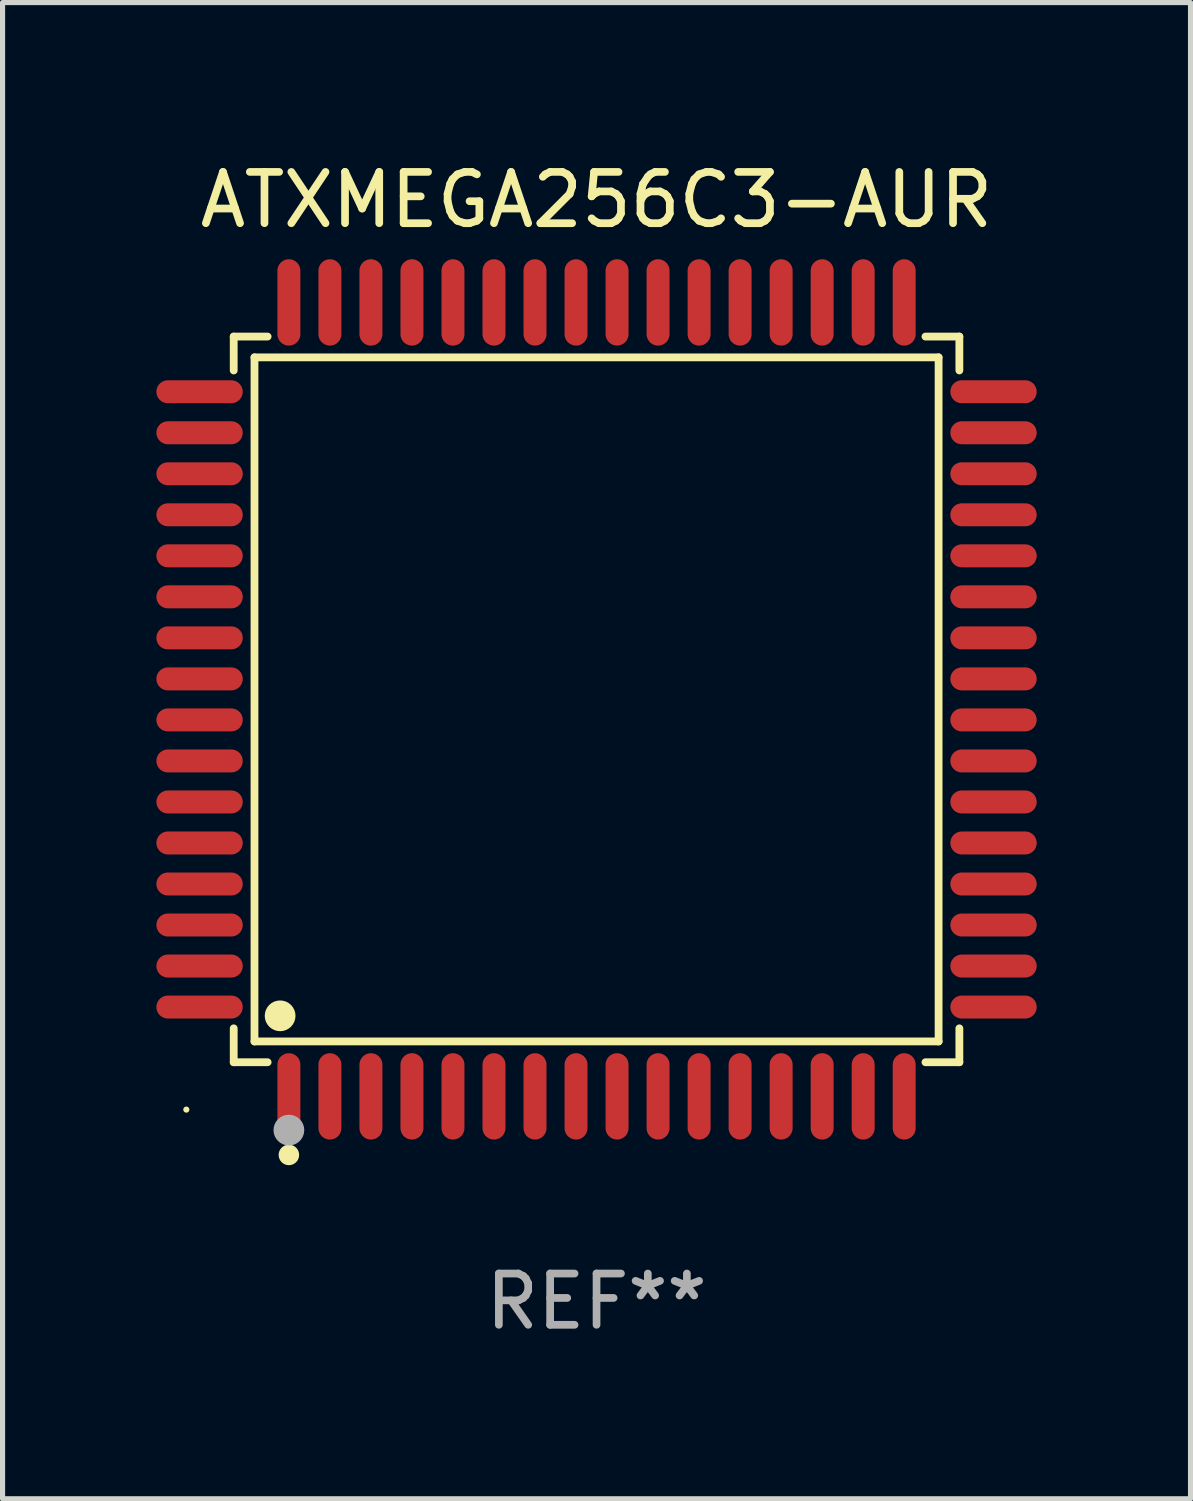
<source format=kicad_pcb>
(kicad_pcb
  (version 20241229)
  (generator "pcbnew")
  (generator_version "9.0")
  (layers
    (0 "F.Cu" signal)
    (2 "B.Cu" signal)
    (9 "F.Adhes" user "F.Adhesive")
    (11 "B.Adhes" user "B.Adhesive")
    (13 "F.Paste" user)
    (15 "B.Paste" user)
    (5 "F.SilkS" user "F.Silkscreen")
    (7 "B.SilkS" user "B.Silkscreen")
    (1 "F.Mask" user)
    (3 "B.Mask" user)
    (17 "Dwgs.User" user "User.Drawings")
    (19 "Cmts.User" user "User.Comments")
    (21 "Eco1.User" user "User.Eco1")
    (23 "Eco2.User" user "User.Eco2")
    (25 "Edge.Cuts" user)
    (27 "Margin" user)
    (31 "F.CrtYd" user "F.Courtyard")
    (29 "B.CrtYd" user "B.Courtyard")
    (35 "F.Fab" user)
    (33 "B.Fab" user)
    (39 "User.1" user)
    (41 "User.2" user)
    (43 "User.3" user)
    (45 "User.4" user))
  (footprint "ATXMEGA256C3-AUR"
    (layer "F.Cu")
    (at 8.584 10.59)
    (property "Reference" "ATXMEGA256C3-AUR" (at 0 -9.742 0) (layer "F.SilkS") (effects (font (size 1 1) (thickness 0.15))))
    (attr through_hole)
    (fp_line (start -7.076 -7.076) (end -6.415 -7.076) (stroke (width 0.152) (type solid)) (layer "F.SilkS"))
    (fp_line (start -7.076 -6.415) (end -7.076 -7.076) (stroke (width 0.152) (type solid)) (layer "F.SilkS"))
    (fp_line (start -7.076 6.415) (end -7.076 7.076) (stroke (width 0.152) (type solid)) (layer "F.SilkS"))
    (fp_line (start -7.076 7.076) (end -6.415 7.076) (stroke (width 0.152) (type solid)) (layer "F.SilkS"))
    (fp_line (start -6.671 -6.671) (end 6.671 -6.671) (stroke (width 0.152) (type solid)) (layer "F.SilkS"))
    (fp_line (start -6.671 6.671) (end -6.671 -6.671) (stroke (width 0.152) (type solid)) (layer "F.SilkS"))
    (fp_line (start 6.671 -6.671) (end 6.671 6.671) (stroke (width 0.152) (type solid)) (layer "F.SilkS"))
    (fp_line (start 6.671 6.671) (end -6.671 6.671) (stroke (width 0.152) (type solid)) (layer "F.SilkS"))
    (fp_line (start 7.076 -7.076) (end 6.415 -7.076) (stroke (width 0.152) (type solid)) (layer "F.SilkS"))
    (fp_line (start 7.076 -6.415) (end 7.076 -7.076) (stroke (width 0.152) (type solid)) (layer "F.SilkS"))
    (fp_line (start 7.076 6.415) (end 7.076 7.076) (stroke (width 0.152) (type solid)) (layer "F.SilkS"))
    (fp_line (start 7.076 7.076) (end 6.415 7.076) (stroke (width 0.152) (type solid)) (layer "F.SilkS"))
    (fp_circle (center -8 8) (end -7.97 8) (stroke (width 0.06) (type solid)) (fill no) (layer "F.SilkS"))
    (fp_circle (center -6.171 6.171) (end -6.021 6.171) (stroke (width 0.3) (type solid)) (fill no) (layer "F.SilkS"))
    (fp_circle (center -6 8.884) (end -5.9 8.884) (stroke (width 0.2) (type solid)) (fill no) (layer "F.SilkS"))
    (fp_circle (center -6 8.4) (end -5.85 8.4) (stroke (width 0.3) (type solid)) (fill no) (layer "F.Fab"))
    (fp_text user "REF**" (at 0 11.742 0) (layer "F.Fab") (effects (font (size 1 1) (thickness 0.15))))
    (pad "1" smd oval (at -6 7.742) (size 0.448 1.684) (layers "F.Cu" "F.Mask" "F.Paste"))
    (pad "2" smd oval (at -5.2 7.742) (size 0.448 1.684) (layers "F.Cu" "F.Mask" "F.Paste"))
    (pad "3" smd oval (at -4.4 7.742) (size 0.448 1.684) (layers "F.Cu" "F.Mask" "F.Paste"))
    (pad "4" smd oval (at -3.6 7.742) (size 0.448 1.684) (layers "F.Cu" "F.Mask" "F.Paste"))
    (pad "5" smd oval (at -2.8 7.742) (size 0.448 1.684) (layers "F.Cu" "F.Mask" "F.Paste"))
    (pad "6" smd oval (at -2 7.742) (size 0.448 1.684) (layers "F.Cu" "F.Mask" "F.Paste"))
    (pad "7" smd oval (at -1.2 7.742) (size 0.448 1.684) (layers "F.Cu" "F.Mask" "F.Paste"))
    (pad "8" smd oval (at -0.4 7.742) (size 0.448 1.684) (layers "F.Cu" "F.Mask" "F.Paste"))
    (pad "9" smd oval (at 0.4 7.742) (size 0.448 1.684) (layers "F.Cu" "F.Mask" "F.Paste"))
    (pad "10" smd oval (at 1.2 7.742) (size 0.448 1.684) (layers "F.Cu" "F.Mask" "F.Paste"))
    (pad "11" smd oval (at 2 7.742) (size 0.448 1.684) (layers "F.Cu" "F.Mask" "F.Paste"))
    (pad "12" smd oval (at 2.8 7.742) (size 0.448 1.684) (layers "F.Cu" "F.Mask" "F.Paste"))
    (pad "13" smd oval (at 3.6 7.742) (size 0.448 1.684) (layers "F.Cu" "F.Mask" "F.Paste"))
    (pad "14" smd oval (at 4.4 7.742) (size 0.448 1.684) (layers "F.Cu" "F.Mask" "F.Paste"))
    (pad "15" smd oval (at 5.2 7.742) (size 0.448 1.684) (layers "F.Cu" "F.Mask" "F.Paste"))
    (pad "16" smd oval (at 6 7.742) (size 0.448 1.684) (layers "F.Cu" "F.Mask" "F.Paste"))
    (pad "17" smd oval (at 7.742 6) (size 1.684 0.448) (layers "F.Cu" "F.Mask" "F.Paste"))
    (pad "18" smd oval (at 7.742 5.2) (size 1.684 0.448) (layers "F.Cu" "F.Mask" "F.Paste"))
    (pad "19" smd oval (at 7.742 4.4) (size 1.684 0.448) (layers "F.Cu" "F.Mask" "F.Paste"))
    (pad "20" smd oval (at 7.742 3.6) (size 1.684 0.448) (layers "F.Cu" "F.Mask" "F.Paste"))
    (pad "21" smd oval (at 7.742 2.8) (size 1.684 0.448) (layers "F.Cu" "F.Mask" "F.Paste"))
    (pad "22" smd oval (at 7.742 2) (size 1.684 0.448) (layers "F.Cu" "F.Mask" "F.Paste"))
    (pad "23" smd oval (at 7.742 1.2) (size 1.684 0.448) (layers "F.Cu" "F.Mask" "F.Paste"))
    (pad "24" smd oval (at 7.742 0.4) (size 1.684 0.448) (layers "F.Cu" "F.Mask" "F.Paste"))
    (pad "25" smd oval (at 7.742 -0.4) (size 1.684 0.448) (layers "F.Cu" "F.Mask" "F.Paste"))
    (pad "26" smd oval (at 7.742 -1.2) (size 1.684 0.448) (layers "F.Cu" "F.Mask" "F.Paste"))
    (pad "27" smd oval (at 7.742 -2) (size 1.684 0.448) (layers "F.Cu" "F.Mask" "F.Paste"))
    (pad "28" smd oval (at 7.742 -2.8) (size 1.684 0.448) (layers "F.Cu" "F.Mask" "F.Paste"))
    (pad "29" smd oval (at 7.742 -3.6) (size 1.684 0.448) (layers "F.Cu" "F.Mask" "F.Paste"))
    (pad "30" smd oval (at 7.742 -4.4) (size 1.684 0.448) (layers "F.Cu" "F.Mask" "F.Paste"))
    (pad "31" smd oval (at 7.742 -5.2) (size 1.684 0.448) (layers "F.Cu" "F.Mask" "F.Paste"))
    (pad "32" smd oval (at 7.742 -6) (size 1.684 0.448) (layers "F.Cu" "F.Mask" "F.Paste"))
    (pad "33" smd oval (at 6 -7.742) (size 0.448 1.684) (layers "F.Cu" "F.Mask" "F.Paste"))
    (pad "34" smd oval (at 5.2 -7.742) (size 0.448 1.684) (layers "F.Cu" "F.Mask" "F.Paste"))
    (pad "35" smd oval (at 4.4 -7.742) (size 0.448 1.684) (layers "F.Cu" "F.Mask" "F.Paste"))
    (pad "36" smd oval (at 3.6 -7.742) (size 0.448 1.684) (layers "F.Cu" "F.Mask" "F.Paste"))
    (pad "37" smd oval (at 2.8 -7.742) (size 0.448 1.684) (layers "F.Cu" "F.Mask" "F.Paste"))
    (pad "38" smd oval (at 2 -7.742) (size 0.448 1.684) (layers "F.Cu" "F.Mask" "F.Paste"))
    (pad "39" smd oval (at 1.2 -7.742) (size 0.448 1.684) (layers "F.Cu" "F.Mask" "F.Paste"))
    (pad "40" smd oval (at 0.4 -7.742) (size 0.448 1.684) (layers "F.Cu" "F.Mask" "F.Paste"))
    (pad "41" smd oval (at -0.4 -7.742) (size 0.448 1.684) (layers "F.Cu" "F.Mask" "F.Paste"))
    (pad "42" smd oval (at -1.2 -7.742) (size 0.448 1.684) (layers "F.Cu" "F.Mask" "F.Paste"))
    (pad "43" smd oval (at -2 -7.742) (size 0.448 1.684) (layers "F.Cu" "F.Mask" "F.Paste"))
    (pad "44" smd oval (at -2.8 -7.742) (size 0.448 1.684) (layers "F.Cu" "F.Mask" "F.Paste"))
    (pad "45" smd oval (at -3.6 -7.742) (size 0.448 1.684) (layers "F.Cu" "F.Mask" "F.Paste"))
    (pad "46" smd oval (at -4.4 -7.742) (size 0.448 1.684) (layers "F.Cu" "F.Mask" "F.Paste"))
    (pad "47" smd oval (at -5.2 -7.742) (size 0.448 1.684) (layers "F.Cu" "F.Mask" "F.Paste"))
    (pad "48" smd oval (at -6 -7.742) (size 0.448 1.684) (layers "F.Cu" "F.Mask" "F.Paste"))
    (pad "49" smd oval (at -7.742 -6) (size 1.684 0.448) (layers "F.Cu" "F.Mask" "F.Paste"))
    (pad "50" smd oval (at -7.742 -5.2) (size 1.684 0.448) (layers "F.Cu" "F.Mask" "F.Paste"))
    (pad "51" smd oval (at -7.742 -4.4) (size 1.684 0.448) (layers "F.Cu" "F.Mask" "F.Paste"))
    (pad "52" smd oval (at -7.742 -3.6) (size 1.684 0.448) (layers "F.Cu" "F.Mask" "F.Paste"))
    (pad "53" smd oval (at -7.742 -2.8) (size 1.684 0.448) (layers "F.Cu" "F.Mask" "F.Paste"))
    (pad "54" smd oval (at -7.742 -2) (size 1.684 0.448) (layers "F.Cu" "F.Mask" "F.Paste"))
    (pad "55" smd oval (at -7.742 -1.2) (size 1.684 0.448) (layers "F.Cu" "F.Mask" "F.Paste"))
    (pad "56" smd oval (at -7.742 -0.4) (size 1.684 0.448) (layers "F.Cu" "F.Mask" "F.Paste"))
    (pad "57" smd oval (at -7.742 0.4) (size 1.684 0.448) (layers "F.Cu" "F.Mask" "F.Paste"))
    (pad "58" smd oval (at -7.742 1.2) (size 1.684 0.448) (layers "F.Cu" "F.Mask" "F.Paste"))
    (pad "59" smd oval (at -7.742 2) (size 1.684 0.448) (layers "F.Cu" "F.Mask" "F.Paste"))
    (pad "60" smd oval (at -7.742 2.8) (size 1.684 0.448) (layers "F.Cu" "F.Mask" "F.Paste"))
    (pad "61" smd oval (at -7.742 3.6) (size 1.684 0.448) (layers "F.Cu" "F.Mask" "F.Paste"))
    (pad "62" smd oval (at -7.742 4.4) (size 1.684 0.448) (layers "F.Cu" "F.Mask" "F.Paste"))
    (pad "63" smd oval (at -7.742 5.2) (size 1.684 0.448) (layers "F.Cu" "F.Mask" "F.Paste"))
    (pad "64" smd oval (at -7.742 6) (size 1.684 0.448) (layers "F.Cu" "F.Mask" "F.Paste")))
  (gr_rect
    (start -3 -3)
    (end 20.168 26.18)
    (stroke (width 0.1) (type default))
    (fill no)
    (layer "Edge.Cuts")))
</source>
